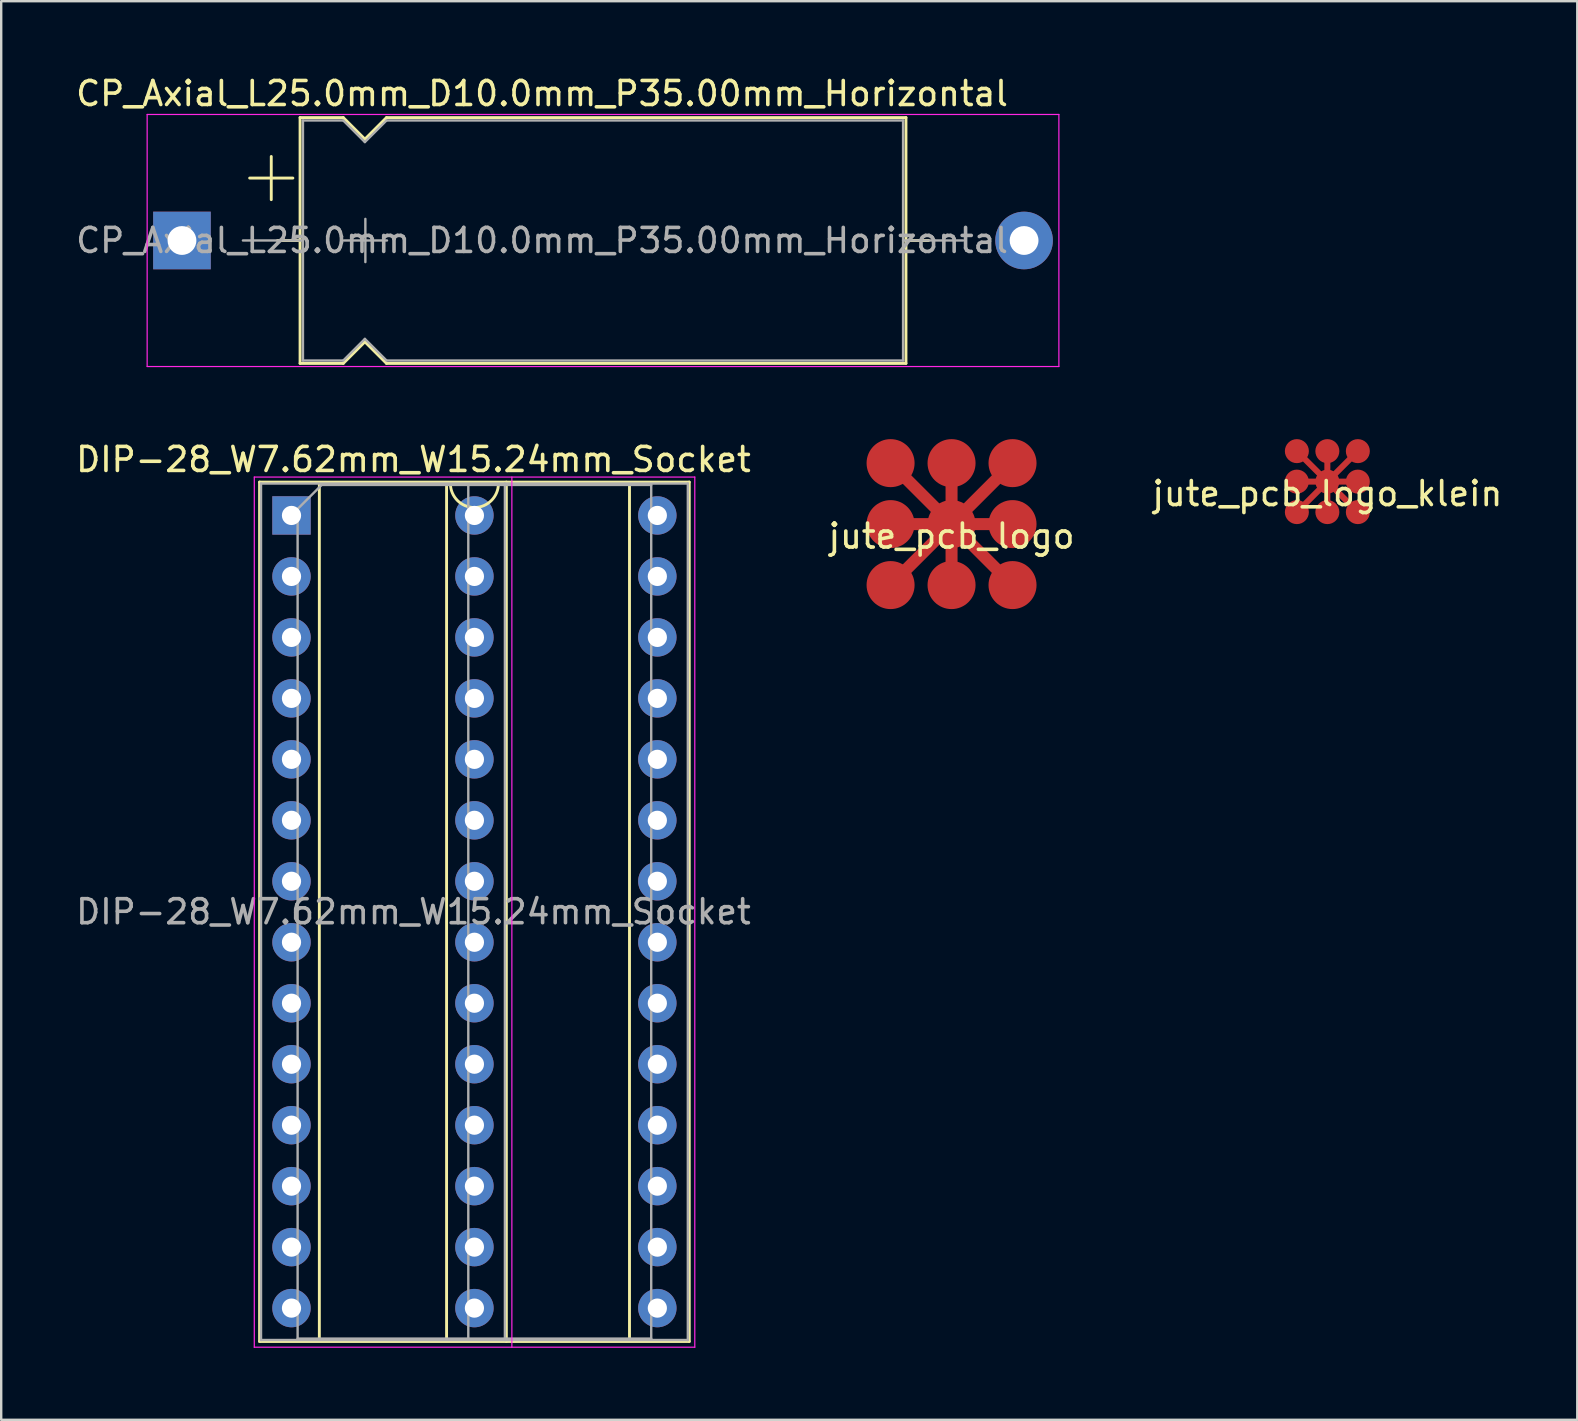
<source format=kicad_pcb>
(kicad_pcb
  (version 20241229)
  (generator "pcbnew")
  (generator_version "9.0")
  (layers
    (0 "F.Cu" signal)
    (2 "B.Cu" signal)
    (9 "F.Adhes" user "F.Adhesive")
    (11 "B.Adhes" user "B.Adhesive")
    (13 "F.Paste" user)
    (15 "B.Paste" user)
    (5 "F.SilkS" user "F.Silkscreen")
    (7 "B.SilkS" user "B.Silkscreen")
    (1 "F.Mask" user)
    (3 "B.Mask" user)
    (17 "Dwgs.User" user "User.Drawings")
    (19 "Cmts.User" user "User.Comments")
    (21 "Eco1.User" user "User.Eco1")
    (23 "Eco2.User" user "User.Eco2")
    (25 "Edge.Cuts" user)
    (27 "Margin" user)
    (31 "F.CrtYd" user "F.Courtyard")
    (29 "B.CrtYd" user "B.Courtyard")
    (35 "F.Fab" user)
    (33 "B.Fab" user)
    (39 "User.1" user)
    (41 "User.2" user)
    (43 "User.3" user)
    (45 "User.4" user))
  (footprint "CP_Axial_L25.0mm_D10.0mm_P35.00mm_Horizontal"
    (layer "F.Cu")
    (at 4.53 6.968)
    (property "Reference" "CP_Axial_L25.0mm_D10.0mm_P35.00mm_Horizontal" (at 15 -6.12 0) (layer "F.SilkS") (effects (font (size 1 1) (thickness 0.15))))
    (attr through_hole)
    (fp_line (start 2.82 -2.6) (end 4.62 -2.6) (stroke (width 0.12) (type solid)) (layer "F.SilkS"))
    (fp_line (start 3.72 -3.5) (end 3.72 -1.7) (stroke (width 0.12) (type solid)) (layer "F.SilkS"))
    (fp_line (start 3.98 0) (end 4.92 0) (stroke (width 0.12) (type solid)) (layer "F.SilkS"))
    (fp_line (start 4.92 -5.12) (end 4.92 5.12) (stroke (width 0.12) (type solid)) (layer "F.SilkS"))
    (fp_line (start 4.92 -5.12) (end 6.72 -5.12) (stroke (width 0.12) (type solid)) (layer "F.SilkS"))
    (fp_line (start 4.92 5.12) (end 6.72 5.12) (stroke (width 0.12) (type solid)) (layer "F.SilkS"))
    (fp_line (start 6.72 -5.12) (end 7.62 -4.22) (stroke (width 0.12) (type solid)) (layer "F.SilkS"))
    (fp_line (start 6.72 5.12) (end 7.62 4.22) (stroke (width 0.12) (type solid)) (layer "F.SilkS"))
    (fp_line (start 7.62 -4.22) (end 8.52 -5.12) (stroke (width 0.12) (type solid)) (layer "F.SilkS"))
    (fp_line (start 7.62 4.22) (end 8.52 5.12) (stroke (width 0.12) (type solid)) (layer "F.SilkS"))
    (fp_line (start 8.52 -5.12) (end 30.16 -5.12) (stroke (width 0.12) (type solid)) (layer "F.SilkS"))
    (fp_line (start 8.52 5.12) (end 30.16 5.12) (stroke (width 0.12) (type solid)) (layer "F.SilkS"))
    (fp_line (start 30.16 -5.12) (end 30.16 5.12) (stroke (width 0.12) (type solid)) (layer "F.SilkS"))
    (fp_line (start 31.1 0) (end 30.16 0) (stroke (width 0.12) (type solid)) (layer "F.SilkS"))
    (fp_line (start -1.45 -5.25) (end -1.45 5.25) (stroke (width 0.05) (type solid)) (layer "F.CrtYd"))
    (fp_line (start -1.45 5.25) (end 36.53 5.25) (stroke (width 0.05) (type solid)) (layer "F.CrtYd"))
    (fp_line (start 36.53 -5.25) (end -1.45 -5.25) (stroke (width 0.05) (type solid)) (layer "F.CrtYd"))
    (fp_line (start 36.53 5.25) (end 36.53 -5.25) (stroke (width 0.05) (type solid)) (layer "F.CrtYd"))
    (fp_line (start 2.54 0) (end 5.04 0) (stroke (width 0.1) (type solid)) (layer "F.Fab"))
    (fp_line (start 5.04 -5) (end 5.04 5) (stroke (width 0.1) (type solid)) (layer "F.Fab"))
    (fp_line (start 5.04 -5) (end 6.72 -5) (stroke (width 0.1) (type solid)) (layer "F.Fab"))
    (fp_line (start 5.04 5) (end 6.72 5) (stroke (width 0.1) (type solid)) (layer "F.Fab"))
    (fp_line (start 6.72 -5) (end 7.62 -4.1) (stroke (width 0.1) (type solid)) (layer "F.Fab"))
    (fp_line (start 6.72 5) (end 7.62 4.1) (stroke (width 0.1) (type solid)) (layer "F.Fab"))
    (fp_line (start 6.74 0) (end 8.54 0) (stroke (width 0.1) (type solid)) (layer "F.Fab"))
    (fp_line (start 7.62 -4.1) (end 8.52 -5) (stroke (width 0.1) (type solid)) (layer "F.Fab"))
    (fp_line (start 7.62 4.1) (end 8.52 5) (stroke (width 0.1) (type solid)) (layer "F.Fab"))
    (fp_line (start 7.64 -0.9) (end 7.64 0.9) (stroke (width 0.1) (type solid)) (layer "F.Fab"))
    (fp_line (start 8.52 -5) (end 30.04 -5) (stroke (width 0.1) (type solid)) (layer "F.Fab"))
    (fp_line (start 8.52 5) (end 30.04 5) (stroke (width 0.1) (type solid)) (layer "F.Fab"))
    (fp_line (start 30.04 -5) (end 30.04 5) (stroke (width 0.1) (type solid)) (layer "F.Fab"))
    (fp_line (start 32.54 0) (end 30.04 0) (stroke (width 0.1) (type solid)) (layer "F.Fab"))
    (fp_text user "${REFERENCE}" (at 15 0 0) (layer "F.Fab") (effects (font (size 1 1) (thickness 0.15))))
    (pad "1" thru_hole rect (at 0 0) (size 2.4 2.4) (drill 1.2) (layers "*.Cu" "*.Mask"))
    (pad "2" thru_hole oval (at 35.08 0) (size 2.4 2.4) (drill 1.2) (layers "*.Cu" "*.Mask")))
  (footprint "jute_pcb_logo_klein"
    (layer "F.Cu")
    (at 52.244 17.013)
    (property "Reference" "jute_pcb_logo_klein" (at 0 0.5 0) (layer "F.SilkS") (effects (font (size 1 1) (thickness 0.15))))
    (attr smd)
    (pad "1" smd circle (at -1.27 -1.27) (size 1 1) (layers "F.Cu" "F.Mask" "F.Paste"))
    (pad "1" smd circle (at -1.27 0) (size 1 1) (layers "F.Cu" "F.Mask" "F.Paste"))
    (pad "1" smd circle (at -1.27 1.27) (size 1 1) (layers "F.Cu" "F.Mask" "F.Paste"))
    (pad "1" smd circle (at 0 -1.27) (size 1 1) (layers "F.Cu" "F.Mask" "F.Paste"))
    (pad "1" smd circle (at 0 0) (size 1 1) (layers "F.Cu" "F.Mask" "F.Paste"))
    (pad "1" smd circle (at 0 1.27) (size 1 1) (layers "F.Cu" "F.Mask" "F.Paste"))
    (pad "1" smd circle (at 1.27 -1.27) (size 1 1) (layers "F.Cu" "F.Mask" "F.Paste"))
    (pad "1" smd circle (at 1.27 0) (size 1 1) (layers "F.Cu" "F.Mask" "F.Paste"))
    (pad "1" smd circle (at 1.27 1.27) (size 1 1) (layers "F.Cu" "F.Mask" "F.Paste"))
    (pad "2" smd rect (at 0 0 90) (size 0.25 2.54) (layers "F.Cu" "F.Mask" "F.Paste"))
    (pad "2" smd rect (at 0 0) (size 0.25 2.54) (layers "F.Cu" "F.Mask" "F.Paste"))
    (pad "2" smd rect (at 0 0 135) (size 0.25 3.6) (layers "F.Cu" "F.Mask" "F.Paste"))
    (pad "2" smd rect (at 0 0 45) (size 0.25 3.6) (layers "F.Cu" "F.Mask" "F.Paste")))
  (footprint "jute_pcb_logo"
    (layer "F.Cu")
    (at 36.589 18.783)
    (property "Reference" "jute_pcb_logo" (at 0 0.5 0) (layer "F.SilkS") (effects (font (size 1 1) (thickness 0.15))))
    (attr through_hole)
    (pad "1" smd circle (at -2.54 -2.54) (size 2 2) (layers "F.Cu" "F.Mask" "F.Paste"))
    (pad "1" smd circle (at -2.54 0) (size 2 2) (layers "F.Cu" "F.Mask" "F.Paste"))
    (pad "1" smd circle (at -2.54 2.54) (size 2 2) (layers "F.Cu" "F.Mask" "F.Paste"))
    (pad "1" smd circle (at 0 -2.54) (size 2 2) (layers "F.Cu" "F.Mask" "F.Paste"))
    (pad "1" smd circle (at 0 0) (size 2 2) (layers "F.Cu" "F.Mask" "F.Paste"))
    (pad "1" smd circle (at 0 2.54) (size 2 2) (layers "F.Cu" "F.Mask" "F.Paste"))
    (pad "1" smd circle (at 2.54 -2.54) (size 2 2) (layers "F.Cu" "F.Mask" "F.Paste"))
    (pad "1" smd circle (at 2.54 0) (size 2 2) (layers "F.Cu" "F.Mask" "F.Paste"))
    (pad "1" smd circle (at 2.54 2.54) (size 2 2) (layers "F.Cu" "F.Mask" "F.Paste"))
    (pad "2" smd rect (at 0 0) (size 0.5 5.08) (layers "F.Cu" "F.Mask" "F.Paste"))
    (pad "2" smd rect (at 0 0 90) (size 0.5 5.08) (layers "F.Cu" "F.Mask" "F.Paste"))
    (pad "2" smd rect (at 0 0 45) (size 0.5 7) (layers "F.Cu" "F.Mask" "F.Paste"))
    (pad "2" smd rect (at 0 0 135) (size 0.5 7) (layers "F.Cu" "F.Mask" "F.Paste")))
  (footprint "DIP-28_W7.62mm_W15.24mm_Socket"
    (layer "F.Cu")
    (at 9.093 18.422)
    (property "Reference" "DIP-28_W7.62mm_W15.24mm_Socket" (at 5.08 -2.33 0) (layer "F.SilkS") (effects (font (size 1 1) (thickness 0.15))))
    (attr through_hole)
    (fp_line (start -1.33 -1.39) (end -1.33 34.41) (stroke (width 0.12) (type solid)) (layer "F.SilkS"))
    (fp_line (start -1.33 34.41) (end 16.57 34.41) (stroke (width 0.12) (type solid)) (layer "F.SilkS"))
    (fp_line (start 1.16 -1.33) (end 1.16 34.35) (stroke (width 0.12) (type solid)) (layer "F.SilkS"))
    (fp_line (start 1.16 34.35) (end 14.08 34.35) (stroke (width 0.12) (type solid)) (layer "F.SilkS"))
    (fp_line (start 6.46 34.35) (end 6.46 -1.33) (stroke (width 0.12) (type solid)) (layer "F.SilkS"))
    (fp_line (start 6.62 -1.33) (end 1.16 -1.33) (stroke (width 0.12) (type solid)) (layer "F.SilkS"))
    (fp_line (start 8.95 34.41) (end 8.95 -1.39) (stroke (width 0.12) (type solid)) (layer "F.SilkS"))
    (fp_line (start 14.08 -1.33) (end 8.62 -1.33) (stroke (width 0.12) (type solid)) (layer "F.SilkS"))
    (fp_line (start 14.08 34.35) (end 14.08 -1.33) (stroke (width 0.12) (type solid)) (layer "F.SilkS"))
    (fp_line (start 16.57 -1.39) (end -1.33 -1.39) (stroke (width 0.12) (type solid)) (layer "F.SilkS"))
    (fp_line (start 16.57 34.41) (end 16.57 -1.39) (stroke (width 0.12) (type solid)) (layer "F.SilkS"))
    (fp_arc (start 8.62 -1.33) (mid 7.62 -0.33) (end 6.62 -1.33) (stroke (width 0.12) (type solid)) (layer "F.SilkS"))
    (fp_line (start -1.55 -1.6) (end -1.55 34.65) (stroke (width 0.05) (type solid)) (layer "F.CrtYd"))
    (fp_line (start -1.55 34.65) (end 16.8 34.65) (stroke (width 0.05) (type solid)) (layer "F.CrtYd"))
    (fp_line (start 9.18 34.65) (end 9.18 -1.6) (stroke (width 0.05) (type solid)) (layer "F.CrtYd"))
    (fp_line (start 16.8 -1.6) (end -1.55 -1.6) (stroke (width 0.05) (type solid)) (layer "F.CrtYd"))
    (fp_line (start 16.8 34.65) (end 16.8 -1.6) (stroke (width 0.05) (type solid)) (layer "F.CrtYd"))
    (fp_line (start -1.27 -1.33) (end -1.27 34.35) (stroke (width 0.1) (type solid)) (layer "F.Fab"))
    (fp_line (start -1.27 34.35) (end 16.51 34.35) (stroke (width 0.1) (type solid)) (layer "F.Fab"))
    (fp_line (start 0.255 -0.27) (end 1.255 -1.27) (stroke (width 0.1) (type solid)) (layer "F.Fab"))
    (fp_line (start 0.255 34.29) (end 0.255 -0.27) (stroke (width 0.1) (type solid)) (layer "F.Fab"))
    (fp_line (start 1.255 -1.27) (end 14.985 -1.27) (stroke (width 0.1) (type solid)) (layer "F.Fab"))
    (fp_line (start 7.365 -1.27) (end 7.365 34.29) (stroke (width 0.1) (type solid)) (layer "F.Fab"))
    (fp_line (start 8.89 34.35) (end 8.89 -1.33) (stroke (width 0.1) (type solid)) (layer "F.Fab"))
    (fp_line (start 14.985 -1.27) (end 14.985 34.29) (stroke (width 0.1) (type solid)) (layer "F.Fab"))
    (fp_line (start 14.985 34.29) (end 0.255 34.29) (stroke (width 0.1) (type solid)) (layer "F.Fab"))
    (fp_line (start 16.51 -1.33) (end -1.27 -1.33) (stroke (width 0.1) (type solid)) (layer "F.Fab"))
    (fp_line (start 16.51 34.35) (end 16.51 -1.33) (stroke (width 0.1) (type solid)) (layer "F.Fab"))
    (fp_text user "${REFERENCE}" (at 5.08 16.51 0) (layer "F.Fab") (effects (font (size 1 1) (thickness 0.15))))
    (pad "1" thru_hole rect (at 0 0) (size 1.6 1.6) (drill 0.8) (layers "*.Cu" "*.Mask"))
    (pad "2" thru_hole oval (at 0 2.54) (size 1.6 1.6) (drill 0.8) (layers "*.Cu" "*.Mask"))
    (pad "3" thru_hole oval (at 0 5.08) (size 1.6 1.6) (drill 0.8) (layers "*.Cu" "*.Mask"))
    (pad "4" thru_hole oval (at 0 7.62) (size 1.6 1.6) (drill 0.8) (layers "*.Cu" "*.Mask"))
    (pad "5" thru_hole oval (at 0 10.16) (size 1.6 1.6) (drill 0.8) (layers "*.Cu" "*.Mask"))
    (pad "6" thru_hole oval (at 0 12.7) (size 1.6 1.6) (drill 0.8) (layers "*.Cu" "*.Mask"))
    (pad "7" thru_hole oval (at 0 15.24) (size 1.6 1.6) (drill 0.8) (layers "*.Cu" "*.Mask"))
    (pad "8" thru_hole oval (at 0 17.78) (size 1.6 1.6) (drill 0.8) (layers "*.Cu" "*.Mask"))
    (pad "9" thru_hole oval (at 0 20.32) (size 1.6 1.6) (drill 0.8) (layers "*.Cu" "*.Mask"))
    (pad "10" thru_hole oval (at 0 22.86) (size 1.6 1.6) (drill 0.8) (layers "*.Cu" "*.Mask"))
    (pad "11" thru_hole oval (at 0 25.4) (size 1.6 1.6) (drill 0.8) (layers "*.Cu" "*.Mask"))
    (pad "12" thru_hole oval (at 0 27.94) (size 1.6 1.6) (drill 0.8) (layers "*.Cu" "*.Mask"))
    (pad "13" thru_hole oval (at 0 30.48) (size 1.6 1.6) (drill 0.8) (layers "*.Cu" "*.Mask"))
    (pad "14" thru_hole oval (at 0 33.02) (size 1.6 1.6) (drill 0.8) (layers "*.Cu" "*.Mask"))
    (pad "15" thru_hole oval (at 7.62 33.02) (size 1.6 1.6) (drill 0.8) (layers "*.Cu" "*.Mask"))
    (pad "15" thru_hole oval (at 15.24 33.02) (size 1.6 1.6) (drill 0.8) (layers "*.Cu" "*.Mask"))
    (pad "16" thru_hole oval (at 7.62 30.48) (size 1.6 1.6) (drill 0.8) (layers "*.Cu" "*.Mask"))
    (pad "16" thru_hole oval (at 15.24 30.48) (size 1.6 1.6) (drill 0.8) (layers "*.Cu" "*.Mask"))
    (pad "17" thru_hole oval (at 7.62 27.94) (size 1.6 1.6) (drill 0.8) (layers "*.Cu" "*.Mask"))
    (pad "17" thru_hole oval (at 15.24 27.94) (size 1.6 1.6) (drill 0.8) (layers "*.Cu" "*.Mask"))
    (pad "18" thru_hole oval (at 7.62 25.4) (size 1.6 1.6) (drill 0.8) (layers "*.Cu" "*.Mask"))
    (pad "18" thru_hole oval (at 15.24 25.4) (size 1.6 1.6) (drill 0.8) (layers "*.Cu" "*.Mask"))
    (pad "19" thru_hole oval (at 7.62 22.86) (size 1.6 1.6) (drill 0.8) (layers "*.Cu" "*.Mask"))
    (pad "19" thru_hole oval (at 15.24 22.86) (size 1.6 1.6) (drill 0.8) (layers "*.Cu" "*.Mask"))
    (pad "20" thru_hole oval (at 7.62 20.32) (size 1.6 1.6) (drill 0.8) (layers "*.Cu" "*.Mask"))
    (pad "20" thru_hole oval (at 15.24 20.32) (size 1.6 1.6) (drill 0.8) (layers "*.Cu" "*.Mask"))
    (pad "21" thru_hole oval (at 7.62 17.78) (size 1.6 1.6) (drill 0.8) (layers "*.Cu" "*.Mask"))
    (pad "21" thru_hole oval (at 15.24 17.78) (size 1.6 1.6) (drill 0.8) (layers "*.Cu" "*.Mask"))
    (pad "22" thru_hole oval (at 7.62 15.24) (size 1.6 1.6) (drill 0.8) (layers "*.Cu" "*.Mask"))
    (pad "22" thru_hole oval (at 15.24 15.24) (size 1.6 1.6) (drill 0.8) (layers "*.Cu" "*.Mask"))
    (pad "23" thru_hole oval (at 7.62 12.7) (size 1.6 1.6) (drill 0.8) (layers "*.Cu" "*.Mask"))
    (pad "23" thru_hole oval (at 15.24 12.7) (size 1.6 1.6) (drill 0.8) (layers "*.Cu" "*.Mask"))
    (pad "24" thru_hole oval (at 7.62 10.16) (size 1.6 1.6) (drill 0.8) (layers "*.Cu" "*.Mask"))
    (pad "24" thru_hole oval (at 15.24 10.16) (size 1.6 1.6) (drill 0.8) (layers "*.Cu" "*.Mask"))
    (pad "25" thru_hole oval (at 7.62 7.62) (size 1.6 1.6) (drill 0.8) (layers "*.Cu" "*.Mask"))
    (pad "25" thru_hole oval (at 15.24 7.62) (size 1.6 1.6) (drill 0.8) (layers "*.Cu" "*.Mask"))
    (pad "26" thru_hole oval (at 7.62 5.08) (size 1.6 1.6) (drill 0.8) (layers "*.Cu" "*.Mask"))
    (pad "26" thru_hole oval (at 15.24 5.08) (size 1.6 1.6) (drill 0.8) (layers "*.Cu" "*.Mask"))
    (pad "27" thru_hole oval (at 7.62 2.54) (size 1.6 1.6) (drill 0.8) (layers "*.Cu" "*.Mask"))
    (pad "27" thru_hole oval (at 15.24 2.54) (size 1.6 1.6) (drill 0.8) (layers "*.Cu" "*.Mask"))
    (pad "28" thru_hole oval (at 7.62 0) (size 1.6 1.6) (drill 0.8) (layers "*.Cu" "*.Mask"))
    (pad "28" thru_hole oval (at 15.24 0) (size 1.6 1.6) (drill 0.8) (layers "*.Cu" "*.Mask")))
  (gr_rect
    (start -3 -3)
    (end 62.655 56.096)
    (stroke (width 0.1) (type default))
    (fill no)
    (layer "Edge.Cuts")))
</source>
